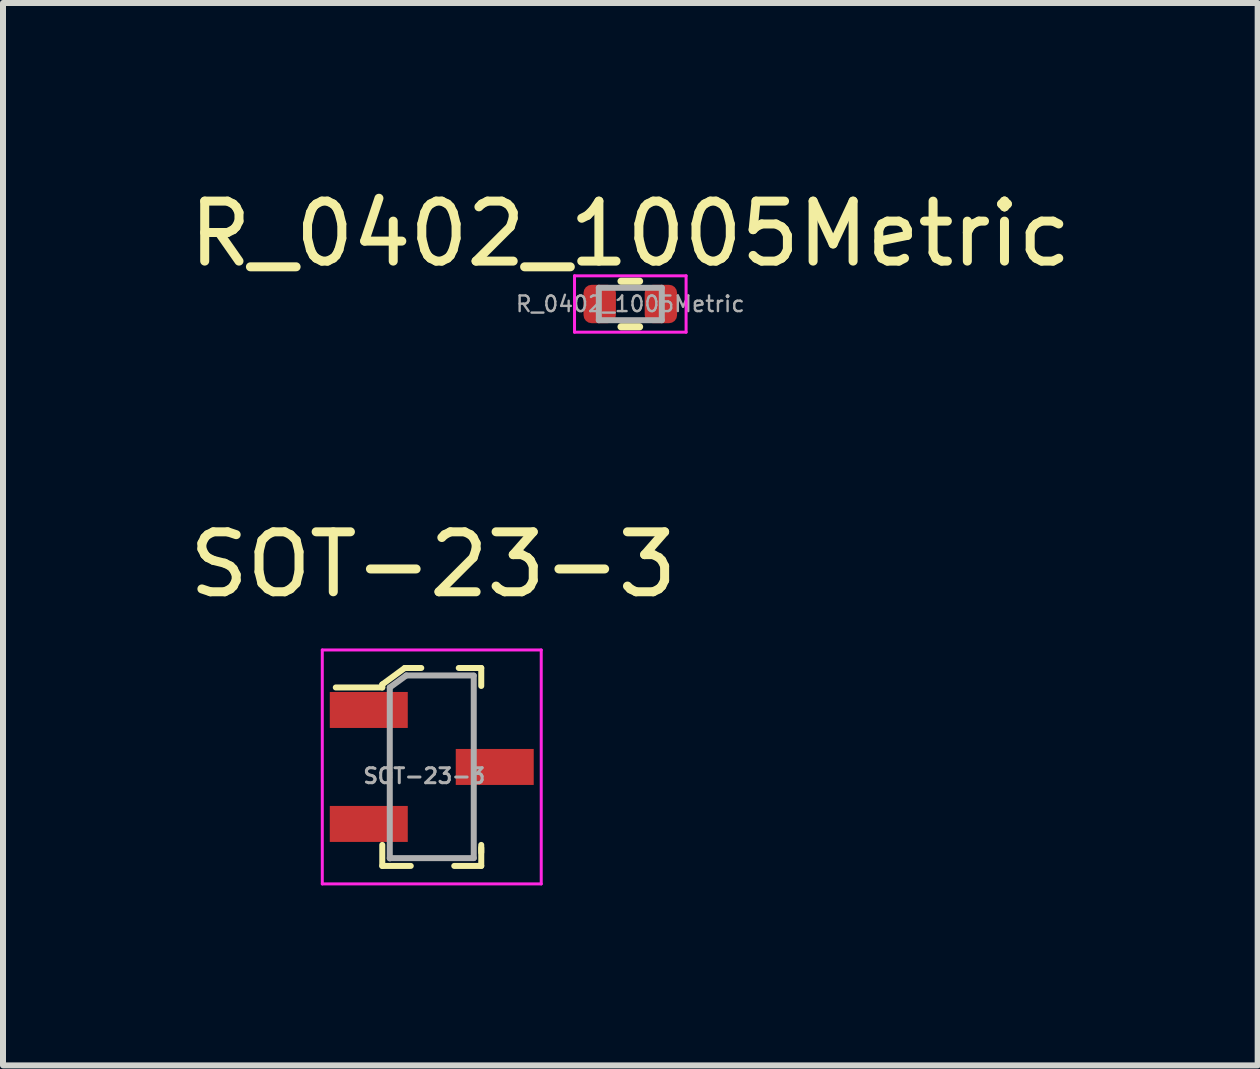
<source format=kicad_pcb>
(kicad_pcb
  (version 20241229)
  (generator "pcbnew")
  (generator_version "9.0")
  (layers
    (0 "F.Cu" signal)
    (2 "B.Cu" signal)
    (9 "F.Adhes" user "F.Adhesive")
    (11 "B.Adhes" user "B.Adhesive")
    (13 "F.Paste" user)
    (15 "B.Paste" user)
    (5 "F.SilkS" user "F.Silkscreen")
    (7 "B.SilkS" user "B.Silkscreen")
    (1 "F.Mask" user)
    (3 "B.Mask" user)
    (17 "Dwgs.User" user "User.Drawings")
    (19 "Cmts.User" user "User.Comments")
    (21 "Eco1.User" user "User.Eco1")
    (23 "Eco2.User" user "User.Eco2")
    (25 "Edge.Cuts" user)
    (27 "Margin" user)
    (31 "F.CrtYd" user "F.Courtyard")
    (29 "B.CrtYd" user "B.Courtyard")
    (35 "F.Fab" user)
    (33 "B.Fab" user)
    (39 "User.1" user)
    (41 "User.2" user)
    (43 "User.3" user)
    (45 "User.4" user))
  (footprint "R_0402_1005Metric"
    (layer "F.Cu")
    (at 7.458 2.018)
    (property "Reference" "R_0402_1005Metric" (at 0 -1.17 0) (layer "F.SilkS") (effects (font (size 1 1) (thickness 0.15))))
    (attr smd)
    (fp_line (start -0.154 -0.38) (end 0.154 -0.38) (stroke (width 0.12) (type solid)) (layer "F.SilkS"))
    (fp_line (start -0.154 0.38) (end 0.154 0.38) (stroke (width 0.12) (type solid)) (layer "F.SilkS"))
    (fp_line (start -0.93 -0.47) (end 0.93 -0.47) (stroke (width 0.05) (type solid)) (layer "F.CrtYd"))
    (fp_line (start -0.93 0.47) (end -0.93 -0.47) (stroke (width 0.05) (type solid)) (layer "F.CrtYd"))
    (fp_line (start 0.93 -0.47) (end 0.93 0.47) (stroke (width 0.05) (type solid)) (layer "F.CrtYd"))
    (fp_line (start 0.93 0.47) (end -0.93 0.47) (stroke (width 0.05) (type solid)) (layer "F.CrtYd"))
    (fp_line (start -0.525 -0.27) (end 0.525 -0.27) (stroke (width 0.1) (type solid)) (layer "F.Fab"))
    (fp_line (start -0.525 0.27) (end -0.525 -0.27) (stroke (width 0.1) (type solid)) (layer "F.Fab"))
    (fp_line (start 0.525 -0.27) (end 0.525 0.27) (stroke (width 0.1) (type solid)) (layer "F.Fab"))
    (fp_line (start 0.525 0.27) (end -0.525 0.27) (stroke (width 0.1) (type solid)) (layer "F.Fab"))
    (fp_text user "${REFERENCE}" (at 0 0 0) (layer "F.Fab") (effects (font (size 0.26 0.26) (thickness 0.04))))
    (pad "1" smd roundrect (at -0.51 0) (size 0.54 0.64) (layers "F.Cu" "F.Mask" "F.Paste") (roundrect_rratio 0.25))
    (pad "2" smd roundrect (at 0.51 0) (size 0.54 0.64) (layers "F.Cu" "F.Mask" "F.Paste") (roundrect_rratio 0.25)))
  (footprint "SOT-23-3"
    (layer "F.Cu")
    (at 4.148 9.736)
    (property "Reference" "SOT-23-3" (at 0.025 -3.375 0) (layer "F.SilkS") (effects (font (size 1 1) (thickness 0.15))))
    (attr smd)
    (fp_line (start -0.825 -1.375) (end -0.825 -1.325) (stroke (width 0.1) (type solid)) (layer "F.SilkS"))
    (fp_line (start -0.825 -1.325) (end -1.6 -1.325) (stroke (width 0.1) (type solid)) (layer "F.SilkS"))
    (fp_line (start -0.825 1.65) (end -0.825 1.3) (stroke (width 0.1) (type solid)) (layer "F.SilkS"))
    (fp_line (start -0.45 -1.65) (end -0.825 -1.375) (stroke (width 0.1) (type solid)) (layer "F.SilkS"))
    (fp_line (start -0.35 1.65) (end -0.825 1.65) (stroke (width 0.1) (type solid)) (layer "F.SilkS"))
    (fp_line (start -0.175 -1.65) (end -0.45 -1.65) (stroke (width 0.1) (type solid)) (layer "F.SilkS"))
    (fp_line (start 0.45 -1.65) (end 0.825 -1.65) (stroke (width 0.1) (type solid)) (layer "F.SilkS"))
    (fp_line (start 0.825 -1.65) (end 0.825 -1.35) (stroke (width 0.1) (type solid)) (layer "F.SilkS"))
    (fp_line (start 0.825 1.35) (end 0.825 1.65) (stroke (width 0.1) (type solid)) (layer "F.SilkS"))
    (fp_line (start 0.825 1.425) (end 0.825 1.3) (stroke (width 0.1) (type solid)) (layer "F.SilkS"))
    (fp_line (start 0.825 1.65) (end 0.375 1.65) (stroke (width 0.1) (type solid)) (layer "F.SilkS"))
    (fp_line (start -1.825 -1.95) (end -1.825 1.95) (stroke (width 0.05) (type solid)) (layer "F.CrtYd"))
    (fp_line (start -1.825 -1.95) (end 1.825 -1.95) (stroke (width 0.05) (type solid)) (layer "F.CrtYd"))
    (fp_line (start 1.825 -1.95) (end 1.825 1.95) (stroke (width 0.05) (type solid)) (layer "F.CrtYd"))
    (fp_line (start 1.825 1.95) (end -1.825 1.95) (stroke (width 0.05) (type solid)) (layer "F.CrtYd"))
    (fp_line (start -0.7 -1.325) (end -0.7 1.525) (stroke (width 0.1) (type solid)) (layer "F.Fab"))
    (fp_line (start -0.7 1.52) (end 0.7 1.52) (stroke (width 0.1) (type solid)) (layer "F.Fab"))
    (fp_line (start -0.425 -1.525) (end -0.7 -1.325) (stroke (width 0.1) (type solid)) (layer "F.Fab"))
    (fp_line (start -0.425 -1.525) (end 0.7 -1.525) (stroke (width 0.1) (type solid)) (layer "F.Fab"))
    (fp_line (start 0.7 1.52) (end 0.7 -1.52) (stroke (width 0.1) (type solid)) (layer "F.Fab"))
    (fp_text user "${REFERENCE}" (at -0.125 0.15 0) (layer "F.Fab") (effects (font (size 0.25 0.25) (thickness 0.05))))
    (pad "1" smd rect (at -1.05 -0.95) (size 1.3 0.6) (layers "F.Cu" "F.Mask" "F.Paste"))
    (pad "2" smd rect (at -1.05 0.95) (size 1.3 0.6) (layers "F.Cu" "F.Mask" "F.Paste"))
    (pad "3" smd rect (at 1.05 0) (size 1.3 0.6) (layers "F.Cu" "F.Mask" "F.Paste")))
  (gr_rect
    (start -3 -3)
    (end 17.917 14.711)
    (stroke (width 0.1) (type default))
    (fill no)
    (layer "Edge.Cuts")))
</source>
